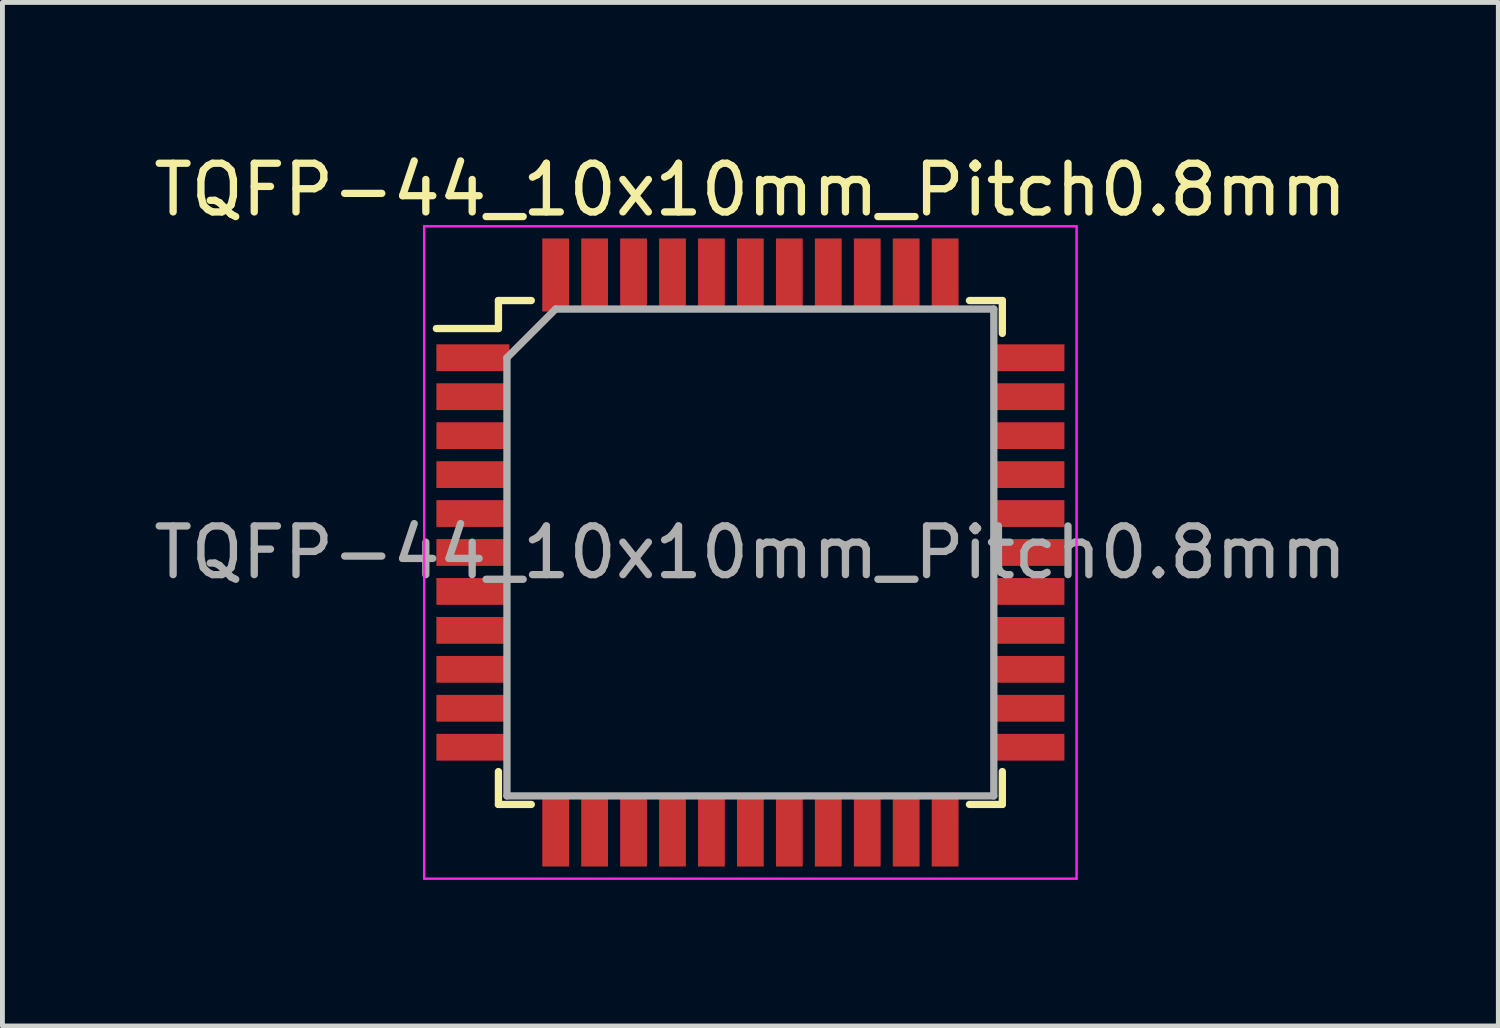
<source format=kicad_pcb>
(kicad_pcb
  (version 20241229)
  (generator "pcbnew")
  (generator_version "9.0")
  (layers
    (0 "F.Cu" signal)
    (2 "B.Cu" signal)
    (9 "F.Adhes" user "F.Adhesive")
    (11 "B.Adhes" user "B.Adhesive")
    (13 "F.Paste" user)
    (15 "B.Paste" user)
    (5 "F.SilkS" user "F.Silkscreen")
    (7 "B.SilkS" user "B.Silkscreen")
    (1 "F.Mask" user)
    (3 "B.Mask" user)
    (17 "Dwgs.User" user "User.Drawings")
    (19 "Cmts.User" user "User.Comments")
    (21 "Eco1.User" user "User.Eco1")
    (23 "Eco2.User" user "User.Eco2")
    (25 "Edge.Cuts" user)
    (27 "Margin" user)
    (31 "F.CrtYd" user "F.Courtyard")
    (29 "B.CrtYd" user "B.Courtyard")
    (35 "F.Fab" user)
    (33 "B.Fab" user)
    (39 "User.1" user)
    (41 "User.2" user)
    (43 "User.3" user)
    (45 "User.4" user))
  (footprint "TQFP-44_10x10mm_Pitch0.8mm"
    (layer "F.Cu")
    (at 12.363 8.298)
    (property "Reference" "TQFP-44_10x10mm_Pitch0.8mm" (at 0 -7.45 0) (layer "F.SilkS") (effects (font (size 1 1) (thickness 0.15))))
    (attr smd)
    (fp_line (start -5.175 -5.175) (end -5.175 -4.6) (stroke (width 0.15) (type solid)) (layer "F.SilkS"))
    (fp_line (start -5.175 -5.175) (end -4.5 -5.175) (stroke (width 0.15) (type solid)) (layer "F.SilkS"))
    (fp_line (start -5.175 -4.6) (end -6.45 -4.6) (stroke (width 0.15) (type solid)) (layer "F.SilkS"))
    (fp_line (start -5.175 5.175) (end -5.175 4.5) (stroke (width 0.15) (type solid)) (layer "F.SilkS"))
    (fp_line (start -5.175 5.175) (end -4.5 5.175) (stroke (width 0.15) (type solid)) (layer "F.SilkS"))
    (fp_line (start 5.175 -5.175) (end 4.5 -5.175) (stroke (width 0.15) (type solid)) (layer "F.SilkS"))
    (fp_line (start 5.175 -5.175) (end 5.175 -4.5) (stroke (width 0.15) (type solid)) (layer "F.SilkS"))
    (fp_line (start 5.175 5.175) (end 4.5 5.175) (stroke (width 0.15) (type solid)) (layer "F.SilkS"))
    (fp_line (start 5.175 5.175) (end 5.175 4.5) (stroke (width 0.15) (type solid)) (layer "F.SilkS"))
    (fp_line (start -6.7 -6.7) (end -6.7 6.7) (stroke (width 0.05) (type solid)) (layer "F.CrtYd"))
    (fp_line (start -6.7 -6.7) (end 6.7 -6.7) (stroke (width 0.05) (type solid)) (layer "F.CrtYd"))
    (fp_line (start -6.7 6.7) (end 6.7 6.7) (stroke (width 0.05) (type solid)) (layer "F.CrtYd"))
    (fp_line (start 6.7 -6.7) (end 6.7 6.7) (stroke (width 0.05) (type solid)) (layer "F.CrtYd"))
    (fp_line (start -5 -4) (end -4 -5) (stroke (width 0.15) (type solid)) (layer "F.Fab"))
    (fp_line (start -5 5) (end -5 -4) (stroke (width 0.15) (type solid)) (layer "F.Fab"))
    (fp_line (start -4 -5) (end 5 -5) (stroke (width 0.15) (type solid)) (layer "F.Fab"))
    (fp_line (start 5 -5) (end 5 5) (stroke (width 0.15) (type solid)) (layer "F.Fab"))
    (fp_line (start 5 5) (end -5 5) (stroke (width 0.15) (type solid)) (layer "F.Fab"))
    (fp_text user "${REFERENCE}" (at 0 0 0) (layer "F.Fab") (effects (font (size 1 1) (thickness 0.15))))
    (pad "1" smd rect (at -5.7 -4) (size 1.5 0.55) (layers "F.Cu" "F.Mask" "F.Paste"))
    (pad "2" smd rect (at -5.7 -3.2) (size 1.5 0.55) (layers "F.Cu" "F.Mask" "F.Paste"))
    (pad "3" smd rect (at -5.7 -2.4) (size 1.5 0.55) (layers "F.Cu" "F.Mask" "F.Paste"))
    (pad "4" smd rect (at -5.7 -1.6) (size 1.5 0.55) (layers "F.Cu" "F.Mask" "F.Paste"))
    (pad "5" smd rect (at -5.7 -0.8) (size 1.5 0.55) (layers "F.Cu" "F.Mask" "F.Paste"))
    (pad "6" smd rect (at -5.7 0) (size 1.5 0.55) (layers "F.Cu" "F.Mask" "F.Paste"))
    (pad "7" smd rect (at -5.7 0.8) (size 1.5 0.55) (layers "F.Cu" "F.Mask" "F.Paste"))
    (pad "8" smd rect (at -5.7 1.6) (size 1.5 0.55) (layers "F.Cu" "F.Mask" "F.Paste"))
    (pad "9" smd rect (at -5.7 2.4) (size 1.5 0.55) (layers "F.Cu" "F.Mask" "F.Paste"))
    (pad "10" smd rect (at -5.7 3.2) (size 1.5 0.55) (layers "F.Cu" "F.Mask" "F.Paste"))
    (pad "11" smd rect (at -5.7 4) (size 1.5 0.55) (layers "F.Cu" "F.Mask" "F.Paste"))
    (pad "12" smd rect (at -4 5.7 90) (size 1.5 0.55) (layers "F.Cu" "F.Mask" "F.Paste"))
    (pad "13" smd rect (at -3.2 5.7 90) (size 1.5 0.55) (layers "F.Cu" "F.Mask" "F.Paste"))
    (pad "14" smd rect (at -2.4 5.7 90) (size 1.5 0.55) (layers "F.Cu" "F.Mask" "F.Paste"))
    (pad "15" smd rect (at -1.6 5.7 90) (size 1.5 0.55) (layers "F.Cu" "F.Mask" "F.Paste"))
    (pad "16" smd rect (at -0.8 5.7 90) (size 1.5 0.55) (layers "F.Cu" "F.Mask" "F.Paste"))
    (pad "17" smd rect (at 0 5.7 90) (size 1.5 0.55) (layers "F.Cu" "F.Mask" "F.Paste"))
    (pad "18" smd rect (at 0.8 5.7 90) (size 1.5 0.55) (layers "F.Cu" "F.Mask" "F.Paste"))
    (pad "19" smd rect (at 1.6 5.7 90) (size 1.5 0.55) (layers "F.Cu" "F.Mask" "F.Paste"))
    (pad "20" smd rect (at 2.4 5.7 90) (size 1.5 0.55) (layers "F.Cu" "F.Mask" "F.Paste"))
    (pad "21" smd rect (at 3.2 5.7 90) (size 1.5 0.55) (layers "F.Cu" "F.Mask" "F.Paste"))
    (pad "22" smd rect (at 4 5.7 90) (size 1.5 0.55) (layers "F.Cu" "F.Mask" "F.Paste"))
    (pad "23" smd rect (at 5.7 4) (size 1.5 0.55) (layers "F.Cu" "F.Mask" "F.Paste"))
    (pad "24" smd rect (at 5.7 3.2) (size 1.5 0.55) (layers "F.Cu" "F.Mask" "F.Paste"))
    (pad "25" smd rect (at 5.7 2.4) (size 1.5 0.55) (layers "F.Cu" "F.Mask" "F.Paste"))
    (pad "26" smd rect (at 5.7 1.6) (size 1.5 0.55) (layers "F.Cu" "F.Mask" "F.Paste"))
    (pad "27" smd rect (at 5.7 0.8) (size 1.5 0.55) (layers "F.Cu" "F.Mask" "F.Paste"))
    (pad "28" smd rect (at 5.7 0) (size 1.5 0.55) (layers "F.Cu" "F.Mask" "F.Paste"))
    (pad "29" smd rect (at 5.7 -0.8) (size 1.5 0.55) (layers "F.Cu" "F.Mask" "F.Paste"))
    (pad "30" smd rect (at 5.7 -1.6) (size 1.5 0.55) (layers "F.Cu" "F.Mask" "F.Paste"))
    (pad "31" smd rect (at 5.7 -2.4) (size 1.5 0.55) (layers "F.Cu" "F.Mask" "F.Paste"))
    (pad "32" smd rect (at 5.7 -3.2) (size 1.5 0.55) (layers "F.Cu" "F.Mask" "F.Paste"))
    (pad "33" smd rect (at 5.7 -4) (size 1.5 0.55) (layers "F.Cu" "F.Mask" "F.Paste"))
    (pad "34" smd rect (at 4 -5.7 90) (size 1.5 0.55) (layers "F.Cu" "F.Mask" "F.Paste"))
    (pad "35" smd rect (at 3.2 -5.7 90) (size 1.5 0.55) (layers "F.Cu" "F.Mask" "F.Paste"))
    (pad "36" smd rect (at 2.4 -5.7 90) (size 1.5 0.55) (layers "F.Cu" "F.Mask" "F.Paste"))
    (pad "37" smd rect (at 1.6 -5.7 90) (size 1.5 0.55) (layers "F.Cu" "F.Mask" "F.Paste"))
    (pad "38" smd rect (at 0.8 -5.7 90) (size 1.5 0.55) (layers "F.Cu" "F.Mask" "F.Paste"))
    (pad "39" smd rect (at 0 -5.7 90) (size 1.5 0.55) (layers "F.Cu" "F.Mask" "F.Paste"))
    (pad "40" smd rect (at -0.8 -5.7 90) (size 1.5 0.55) (layers "F.Cu" "F.Mask" "F.Paste"))
    (pad "41" smd rect (at -1.6 -5.7 90) (size 1.5 0.55) (layers "F.Cu" "F.Mask" "F.Paste"))
    (pad "42" smd rect (at -2.4 -5.7 90) (size 1.5 0.55) (layers "F.Cu" "F.Mask" "F.Paste"))
    (pad "43" smd rect (at -3.2 -5.7 90) (size 1.5 0.55) (layers "F.Cu" "F.Mask" "F.Paste"))
    (pad "44" smd rect (at -4 -5.7 90) (size 1.5 0.55) (layers "F.Cu" "F.Mask" "F.Paste")))
  (gr_rect
    (start -3 -3)
    (end 27.726 18.023)
    (stroke (width 0.1) (type default))
    (fill no)
    (layer "Edge.Cuts")))
</source>
